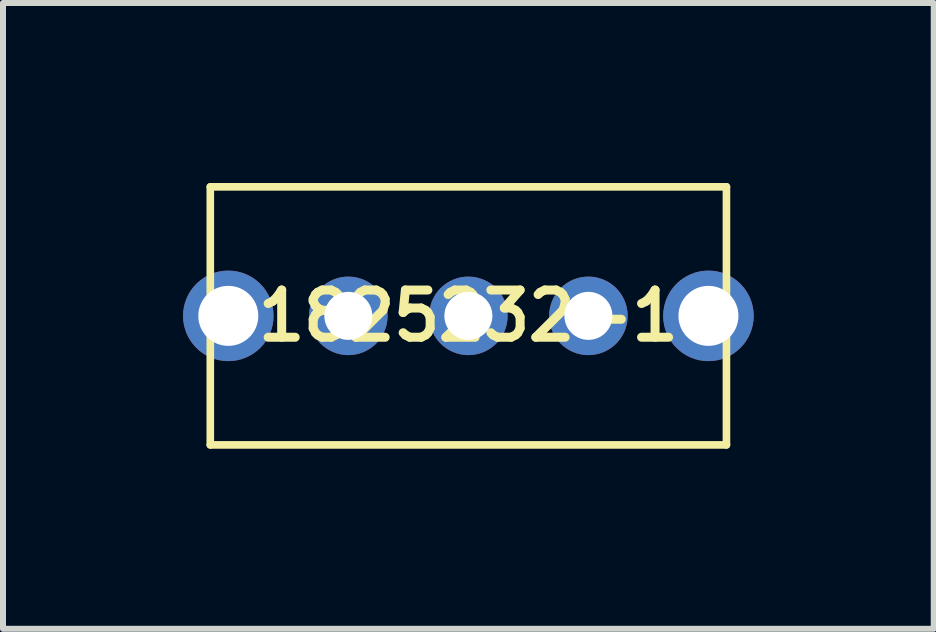
<source format=kicad_pcb>
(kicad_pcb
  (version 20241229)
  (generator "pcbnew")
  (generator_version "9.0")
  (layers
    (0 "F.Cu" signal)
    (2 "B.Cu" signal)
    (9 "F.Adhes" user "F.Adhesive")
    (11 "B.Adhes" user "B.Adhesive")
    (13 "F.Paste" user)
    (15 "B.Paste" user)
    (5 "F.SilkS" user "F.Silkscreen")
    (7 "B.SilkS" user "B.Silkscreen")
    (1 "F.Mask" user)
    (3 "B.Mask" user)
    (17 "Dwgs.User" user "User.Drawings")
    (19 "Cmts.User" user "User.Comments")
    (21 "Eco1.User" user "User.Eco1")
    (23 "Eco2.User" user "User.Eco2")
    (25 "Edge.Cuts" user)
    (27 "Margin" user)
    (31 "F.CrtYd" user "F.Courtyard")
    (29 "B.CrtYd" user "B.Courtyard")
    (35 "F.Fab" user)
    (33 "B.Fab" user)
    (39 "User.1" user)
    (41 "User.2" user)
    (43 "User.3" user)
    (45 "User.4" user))
  (footprint "1825232-1"
    (layer "F.Cu")
    (at 4.754 2.213)
    (property "Reference" "1825232-1" (at 0 0 0) (layer "F.SilkS") (effects (font (size 0.787 0.787) (thickness 0.15))))
    (attr through_hole)
    (fp_line (start -4.3 -2.15) (end 4.3 -2.15) (stroke (width 0.127) (type solid)) (layer "F.SilkS"))
    (fp_line (start -4.3 2.15) (end -4.3 -2.15) (stroke (width 0.127) (type solid)) (layer "F.SilkS"))
    (fp_line (start 4.3 -2.15) (end 4.3 2.15) (stroke (width 0.127) (type solid)) (layer "F.SilkS"))
    (fp_line (start 4.3 2.15) (end -4.3 2.15) (stroke (width 0.127) (type solid)) (layer "F.SilkS"))
    (pad "1" thru_hole circle (at -2 0) (size 1.308 1.308) (drill 0.8) (layers "*.Cu" "*.Mask"))
    (pad "2" thru_hole circle (at 0 0) (size 1.308 1.308) (drill 0.8) (layers "*.Cu" "*.Mask"))
    (pad "3" thru_hole circle (at 2 0) (size 1.308 1.308) (drill 0.8) (layers "*.Cu" "*.Mask"))
    (pad "GND" thru_hole circle (at -4 0) (size 1.508 1.508) (drill 1) (layers "*.Cu" "*.Mask"))
    (pad "GND1" thru_hole circle (at 4 0) (size 1.508 1.508) (drill 1) (layers "*.Cu" "*.Mask")))
  (gr_rect
    (start -3 -3)
    (end 12.508 7.427)
    (stroke (width 0.1) (type default))
    (fill no)
    (layer "Edge.Cuts")))
</source>
